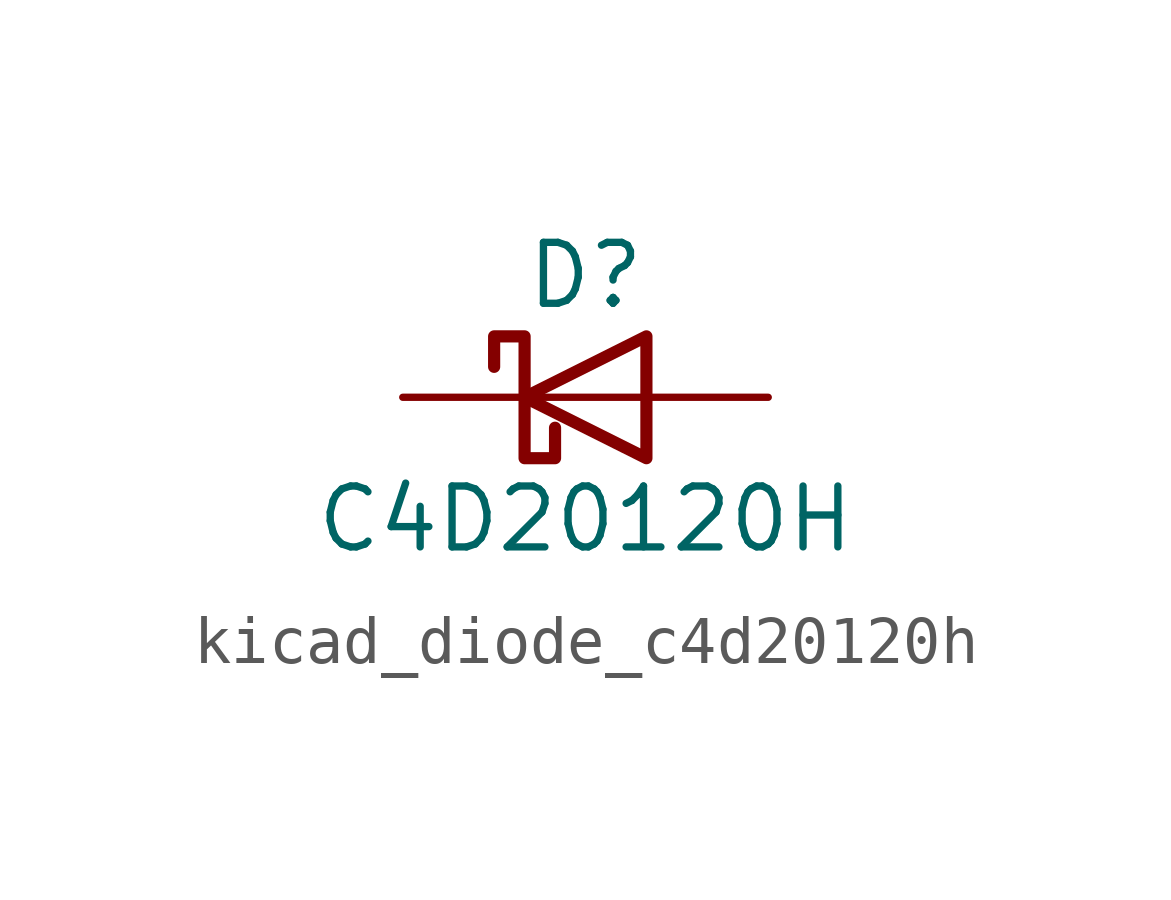
<source format=kicad_sym>
(kicad_symbol_lib
  (version 20220914)
  (generator kicad_symbol_editor)
  (symbol "kicad_diode_c4d20120h"
    (pin_numbers hide)
    (pin_names
      (offset 1.016) hide)
    (property "Reference" "D"
      (at 0 2.54 0)
      (effects (font (size 1.27 1.27))))
    (property "Value" "C4D20120H"
      (at 0 -2.54 0)
      (effects (font (size 1.27 1.27))))
    (symbol "kicad_diode_c4d20120h_0_1"
      (polyline (pts (xy 1.27 0) (xy -1.27 0)) (stroke (width 0) (type default)) (fill (type none)))
      (polyline (pts (xy 1.27 1.27) (xy 1.27 -1.27) (xy -1.27 0) (xy 1.27 1.27)) (stroke (width 0.254) (type default)) (fill (type none)))
      (polyline (pts (xy -1.905 0.635) (xy -1.905 1.27) (xy -1.27 1.27) (xy -1.27 -1.27) (xy -0.635 -1.27) (xy -0.635 -0.635)) (stroke (width 0.254) (type default)) (fill (type none))))
    (symbol "kicad_diode_c4d20120h_1_1"
      (pin passive line (at -3.81 0 0) (length 2.54) (name "K" (effects (font (size 1.27 1.27)))) (number "1" (effects (font (size 1.27 1.27)))))
      (pin passive line (at 3.81 0 180) (length 2.54) (name "A" (effects (font (size 1.27 1.27)))) (number "2" (effects (font (size 1.27 1.27))))))))
</source>
